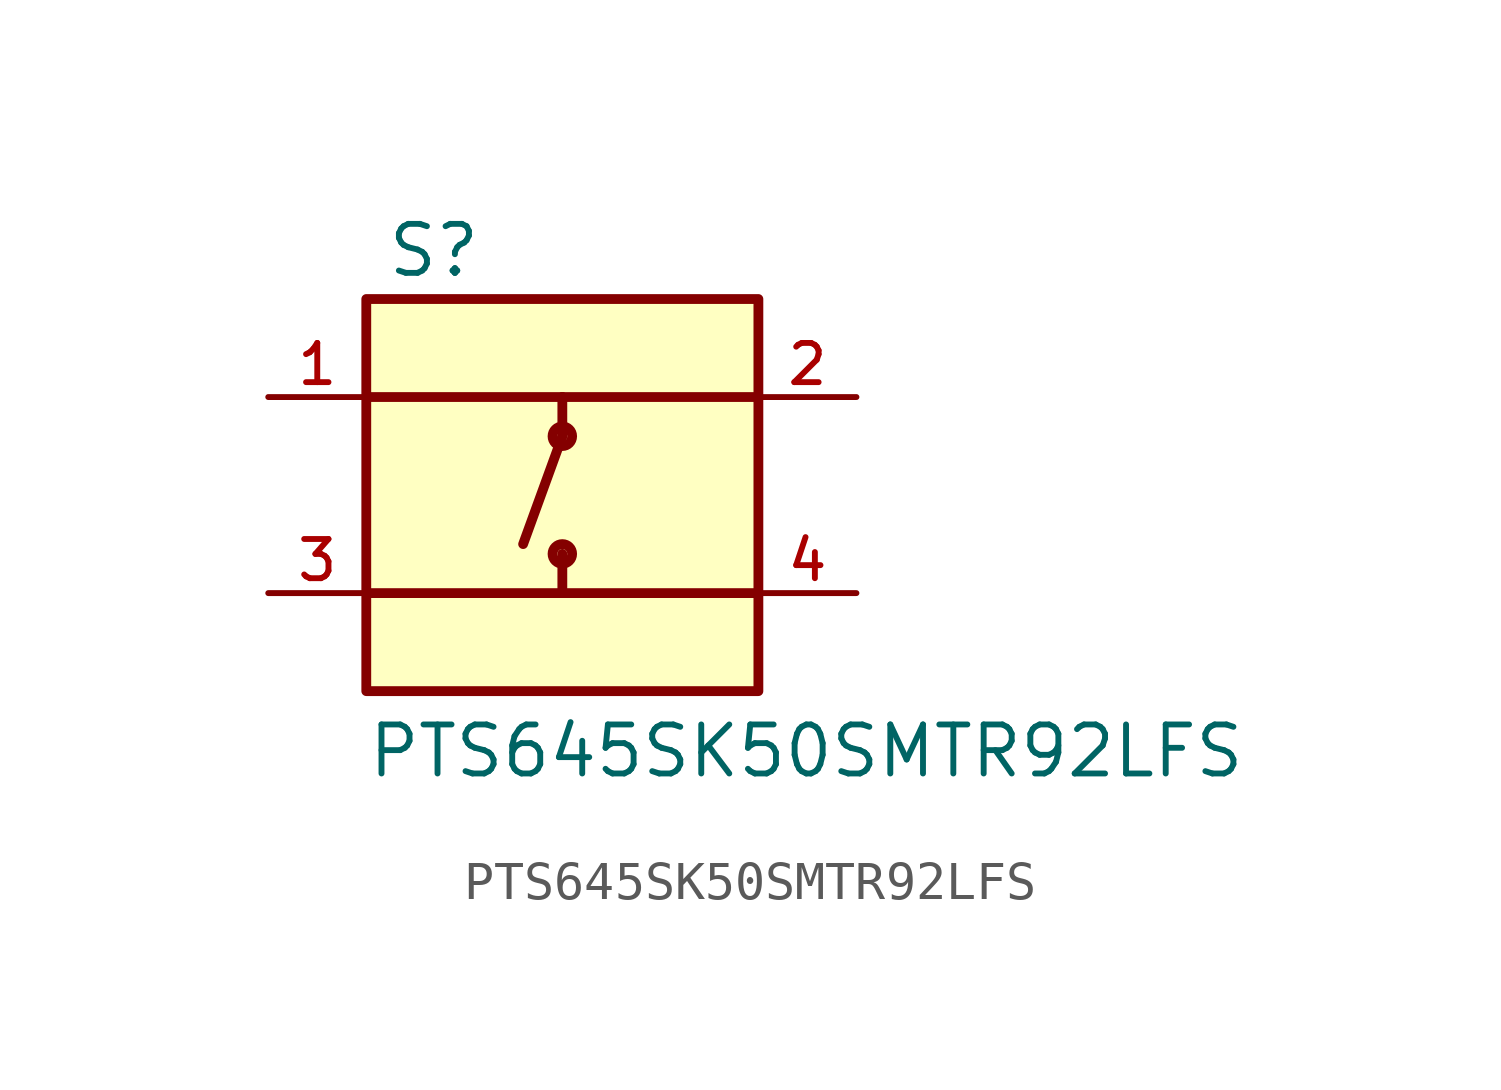
<source format=kicad_sym>
(kicad_symbol_lib
  (version 20220914)
  (generator kicad_symbol_editor)
  (symbol "PTS645SK50SMTR92LFS"
    (pin_names
      (offset 1.016))
    (property "Reference" "S"
      (at -4.577 5.594 0)
      (effects (font (size 1.27 1.27)) (justify left bottom)))
    (property "Value" "PTS645SK50SMTR92LFS"
      (at -5.088 -7.377 0)
      (effects (font (size 1.27 1.27)) (justify left bottom)))
    (symbol "PTS645SK50SMTR92LFS_0_0"
      (rectangle (start -5.08 -5.08) (end 5.08 5.08) (stroke (width 0.254) (type default)) (fill (type background)))
      (circle (center 0 -1.524) (radius 0.254) (stroke (width 0.254) (type default)) (fill (type none)))
      (polyline (pts (xy -5.08 2.54) (xy 0 2.54)) (stroke (width 0.254) (type default)) (fill (type none)))
      (polyline (pts (xy 0 -2.54) (xy -5.08 -2.54)) (stroke (width 0.254) (type default)) (fill (type none)))
      (polyline (pts (xy 0 -2.54) (xy 0 -1.524)) (stroke (width 0.254) (type default)) (fill (type none)))
      (polyline (pts (xy 0 1.524) (xy -1.016 -1.27)) (stroke (width 0.254) (type default)) (fill (type none)))
      (polyline (pts (xy 0 1.524) (xy 0 2.54)) (stroke (width 0.254) (type default)) (fill (type none)))
      (polyline (pts (xy 0 2.54) (xy 5.08 2.54)) (stroke (width 0.254) (type default)) (fill (type none)))
      (polyline (pts (xy 5.08 -2.54) (xy 0 -2.54)) (stroke (width 0.254) (type default)) (fill (type none)))
      (circle (center 0 1.524) (radius 0.254) (stroke (width 0.254) (type default)) (fill (type none)))
      (pin passive line (at -7.62 2.54 0) (length 2.54) (name "~" (effects (font (size 1.016 1.016)))) (number "1" (effects (font (size 1.016 1.016)))))
      (pin passive line (at 7.62 2.54 180) (length 2.54) (name "~" (effects (font (size 1.016 1.016)))) (number "2" (effects (font (size 1.016 1.016)))))
      (pin passive line (at -7.62 -2.54 0) (length 2.54) (name "~" (effects (font (size 1.016 1.016)))) (number "3" (effects (font (size 1.016 1.016)))))
      (pin passive line (at 7.62 -2.54 180) (length 2.54) (name "~" (effects (font (size 1.016 1.016)))) (number "4" (effects (font (size 1.016 1.016))))))))
</source>
